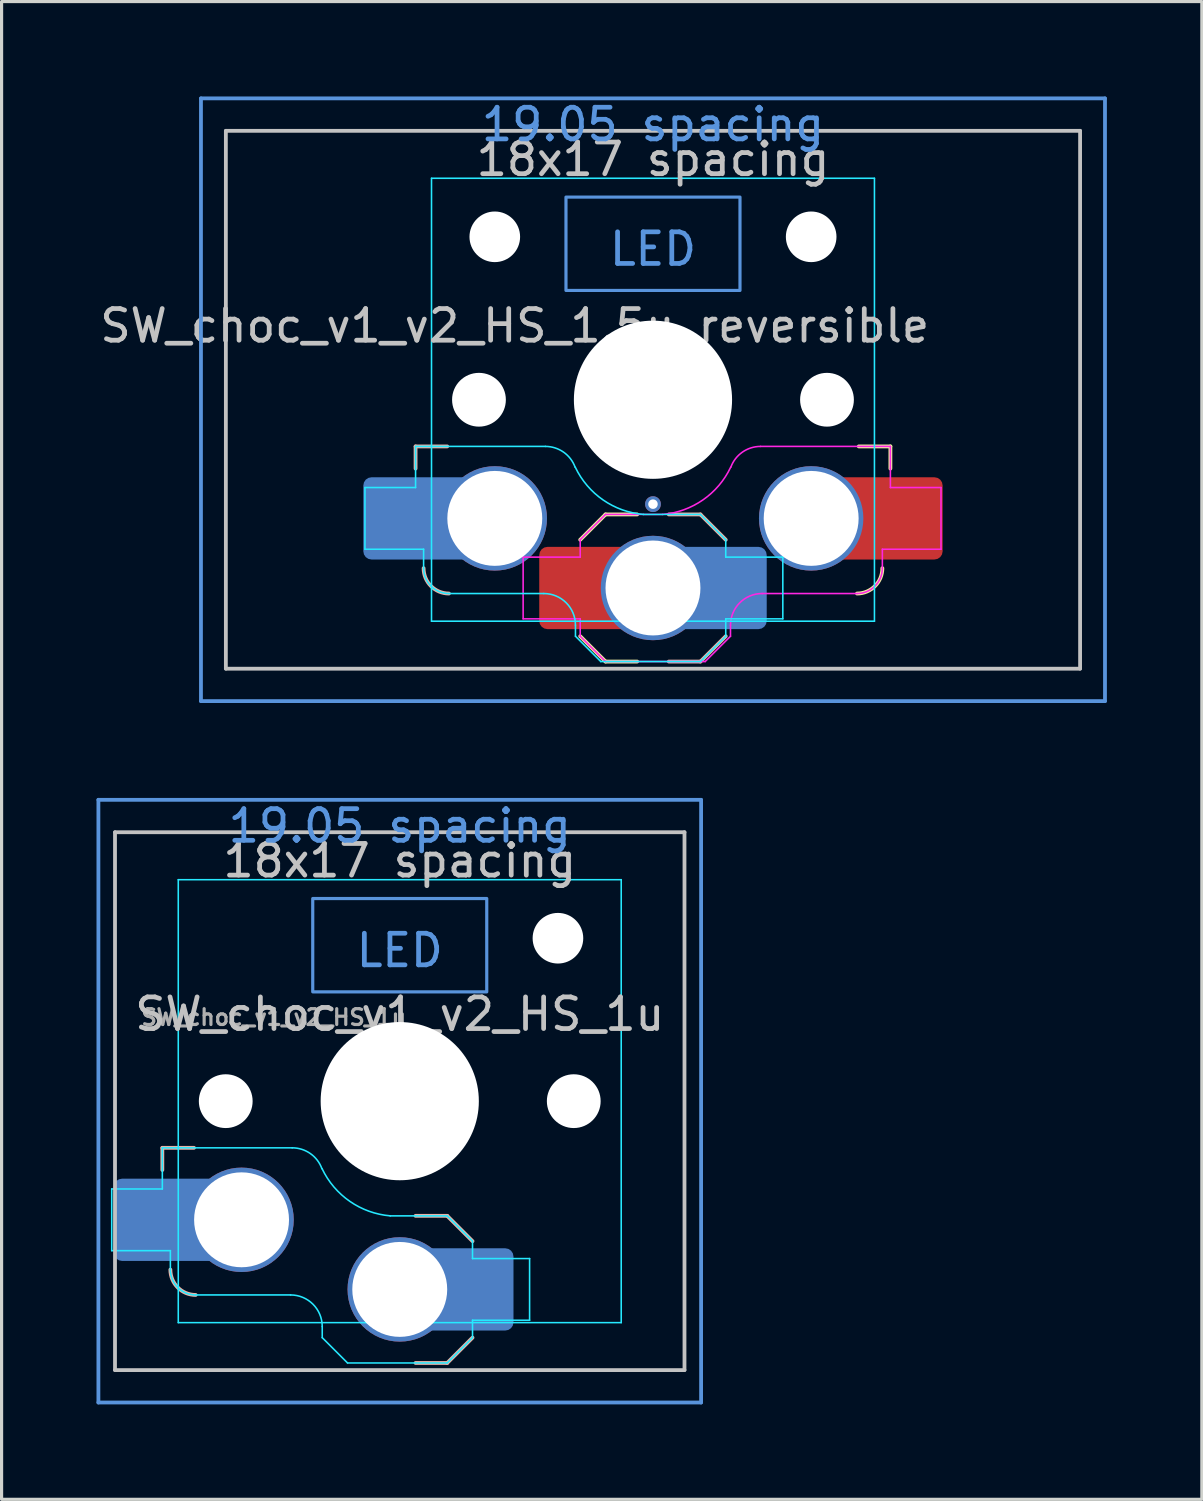
<source format=kicad_pcb>
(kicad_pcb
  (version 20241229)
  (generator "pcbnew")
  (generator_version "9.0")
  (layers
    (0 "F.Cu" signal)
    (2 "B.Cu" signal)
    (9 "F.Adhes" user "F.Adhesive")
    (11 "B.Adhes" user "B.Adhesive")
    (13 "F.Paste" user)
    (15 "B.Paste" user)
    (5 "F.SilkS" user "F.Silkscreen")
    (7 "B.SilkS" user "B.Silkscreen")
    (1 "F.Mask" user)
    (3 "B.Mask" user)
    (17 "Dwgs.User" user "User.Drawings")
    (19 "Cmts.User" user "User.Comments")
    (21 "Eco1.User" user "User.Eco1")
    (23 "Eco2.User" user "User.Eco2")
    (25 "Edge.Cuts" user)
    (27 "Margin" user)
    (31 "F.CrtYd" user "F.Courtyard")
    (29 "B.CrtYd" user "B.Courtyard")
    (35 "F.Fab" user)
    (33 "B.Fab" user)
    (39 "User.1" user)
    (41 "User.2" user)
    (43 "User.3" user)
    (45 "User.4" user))
  (footprint "SW_choc_v1_v2_HS_1.5u_reversible"
    (layer "F.Cu")
    (at 17.589 9.585)
    (property "Reference" "SW_choc_v1_v2_HS_1.5u_reversible" (at -4.369 -2.337 180) (layer "Dwgs.User") (effects (font (size 1 1) (thickness 0.15))))
    (attr smd)
    (fp_line (start -2.3 7.475) (end -1.5 8.275) (stroke (width 0.12) (type solid)) (layer "F.SilkS"))
    (fp_line (start -1.5 3.625) (end -2.3 4.425) (stroke (width 0.12) (type solid)) (layer "F.SilkS"))
    (fp_line (start -1.5 3.625) (end -0.5 3.625) (stroke (width 0.12) (type solid)) (layer "F.SilkS"))
    (fp_line (start -1.5 8.275) (end -0.5 8.275) (stroke (width 0.12) (type solid)) (layer "F.SilkS"))
    (fp_line (start 7.504 1.475) (end 6.504 1.475) (stroke (width 0.12) (type solid)) (layer "F.SilkS"))
    (fp_line (start 7.504 1.475) (end 7.504 2.175) (stroke (width 0.12) (type solid)) (layer "F.SilkS"))
    (fp_arc (start 7.25 5.325) (mid 7.015685 5.890685) (end 6.45 6.125) (stroke (width 0.12) (type solid)) (layer "F.SilkS"))
    (fp_line (start -7.504 1.475) (end -7.504 2.175) (stroke (width 0.12) (type solid)) (layer "B.SilkS"))
    (fp_line (start -7.504 1.475) (end -6.504 1.475) (stroke (width 0.12) (type solid)) (layer "B.SilkS"))
    (fp_line (start 1.5 3.625) (end 0.5 3.625) (stroke (width 0.12) (type solid)) (layer "B.SilkS"))
    (fp_line (start 1.5 3.625) (end 2.3 4.425) (stroke (width 0.12) (type solid)) (layer "B.SilkS"))
    (fp_line (start 1.5 8.275) (end 0.5 8.275) (stroke (width 0.12) (type solid)) (layer "B.SilkS"))
    (fp_line (start 2.3 7.475) (end 1.5 8.275) (stroke (width 0.12) (type solid)) (layer "B.SilkS"))
    (fp_arc (start -6.45 6.125) (mid -7.015685 5.890685) (end -7.25 5.325) (stroke (width 0.12) (type solid)) (layer "B.SilkS"))
    (fp_line (start -13.5 -8.5) (end 13.5 -8.5) (stroke (width 0.12) (type solid)) (layer "Dwgs.User"))
    (fp_line (start -13.5 8.5) (end -13.5 -8.5) (stroke (width 0.12) (type solid)) (layer "Dwgs.User"))
    (fp_line (start 13.5 -8.5) (end 13.5 8.5) (stroke (width 0.12) (type solid)) (layer "Dwgs.User"))
    (fp_line (start 13.5 8.5) (end -13.5 8.5) (stroke (width 0.12) (type solid)) (layer "Dwgs.User"))
    (fp_line (start -14.287 -9.525) (end -14.287 9.525) (stroke (width 0.12) (type solid)) (layer "Cmts.User"))
    (fp_line (start -14.287 9.525) (end 14.287 9.525) (stroke (width 0.12) (type solid)) (layer "Cmts.User"))
    (fp_line (start 14.287 -9.525) (end -14.287 -9.525) (stroke (width 0.12) (type solid)) (layer "Cmts.User"))
    (fp_line (start 14.287 9.525) (end 14.287 -9.525) (stroke (width 0.12) (type solid)) (layer "Cmts.User"))
    (fp_rect (start -2.75 -6.405) (end 2.75 -3.455) (stroke (width 0.1) (type default)) (fill no) (layer "Cmts.User"))
    (fp_line (start -6.95 6.45) (end -6.95 -6.45) (stroke (width 0.05) (type solid)) (layer "Eco2.User"))
    (fp_line (start -6.45 -6.95) (end 6.45 -6.95) (stroke (width 0.05) (type solid)) (layer "Eco2.User"))
    (fp_line (start 6.45 6.95) (end -6.45 6.95) (stroke (width 0.05) (type solid)) (layer "Eco2.User"))
    (fp_line (start 6.95 -6.45) (end 6.95 6.45) (stroke (width 0.05) (type solid)) (layer "Eco2.User"))
    (fp_arc (start -6.95 -6.45) (mid -6.803553 -6.803553) (end -6.45 -6.95) (stroke (width 0.05) (type solid)) (layer "Eco2.User"))
    (fp_arc (start -6.45 6.95) (mid -6.803553 6.803553) (end -6.95 6.45) (stroke (width 0.05) (type solid)) (layer "Eco2.User"))
    (fp_arc (start -6.45 6.95) (mid -6.803553 6.803553) (end -6.95 6.45) (stroke (width 0.05) (type solid)) (layer "Eco2.User"))
    (fp_arc (start -6.45 6.95) (mid -6.803553 6.803553) (end -6.95 6.45) (stroke (width 0.05) (type solid)) (layer "Eco2.User"))
    (fp_arc (start 6.45 -6.95) (mid 6.803553 -6.803553) (end 6.95 -6.45) (stroke (width 0.05) (type solid)) (layer "Eco2.User"))
    (fp_arc (start 6.95 6.45) (mid 6.803553 6.803553) (end 6.45 6.95) (stroke (width 0.05) (type solid)) (layer "Eco2.User"))
    (fp_arc (start 6.95 6.45) (mid 6.803553 6.803553) (end 6.45 6.95) (stroke (width 0.05) (type solid)) (layer "Eco2.User"))
    (fp_line (start -9.104 2.775) (end -7.504 2.775) (stroke (width 0.05) (type solid)) (layer "B.CrtYd"))
    (fp_line (start -9.104 4.725) (end -9.104 2.775) (stroke (width 0.05) (type solid)) (layer "B.CrtYd"))
    (fp_line (start -7.504 1.475) (end -7.504 2.175) (stroke (width 0.05) (type solid)) (layer "B.CrtYd"))
    (fp_line (start -7.504 1.475) (end -3.4 1.475) (stroke (width 0.05) (type solid)) (layer "B.CrtYd"))
    (fp_line (start -7.504 2.175) (end -7.504 2.775) (stroke (width 0.05) (type solid)) (layer "B.CrtYd"))
    (fp_line (start -7.25 4.725) (end -9.104 4.725) (stroke (width 0.05) (type solid)) (layer "B.CrtYd"))
    (fp_line (start -7.25 5.325) (end -7.25 4.725) (stroke (width 0.05) (type solid)) (layer "B.CrtYd"))
    (fp_line (start -7 -7) (end 7 -7) (stroke (width 0.05) (type solid)) (layer "B.CrtYd"))
    (fp_line (start -7 7) (end -7 -7) (stroke (width 0.05) (type solid)) (layer "B.CrtYd"))
    (fp_line (start -3.45 6.125) (end -6.45 6.125) (stroke (width 0.05) (type solid)) (layer "B.CrtYd"))
    (fp_line (start -2.45 7.475) (end -2.45 7.125) (stroke (width 0.05) (type solid)) (layer "B.CrtYd"))
    (fp_line (start -2.45 7.475) (end -1.65 8.275) (stroke (width 0.05) (type solid)) (layer "B.CrtYd"))
    (fp_line (start 1.5 3.625) (end -0.3 3.625) (stroke (width 0.05) (type solid)) (layer "B.CrtYd"))
    (fp_line (start 1.5 3.625) (end 2.3 4.425) (stroke (width 0.05) (type solid)) (layer "B.CrtYd"))
    (fp_line (start 1.5 8.275) (end -1.65 8.275) (stroke (width 0.05) (type solid)) (layer "B.CrtYd"))
    (fp_line (start 2.3 4.975) (end 2.3 4.425) (stroke (width 0.05) (type solid)) (layer "B.CrtYd"))
    (fp_line (start 2.3 7.475) (end 1.5 8.275) (stroke (width 0.05) (type solid)) (layer "B.CrtYd"))
    (fp_line (start 2.3 7.475) (end 2.3 6.925) (stroke (width 0.05) (type solid)) (layer "B.CrtYd"))
    (fp_line (start 4.104 4.975) (end 2.3 4.975) (stroke (width 0.05) (type solid)) (layer "B.CrtYd"))
    (fp_line (start 4.104 4.975) (end 4.104 6.925) (stroke (width 0.05) (type solid)) (layer "B.CrtYd"))
    (fp_line (start 4.104 6.925) (end 2.3 6.925) (stroke (width 0.05) (type solid)) (layer "B.CrtYd"))
    (fp_line (start 7 -7) (end 7 7) (stroke (width 0.05) (type solid)) (layer "B.CrtYd"))
    (fp_line (start 7 7) (end -7 7) (stroke (width 0.05) (type solid)) (layer "B.CrtYd"))
    (fp_arc (start -6.45 6.125) (mid -7.015685 5.890685) (end -7.25 5.325) (stroke (width 0.05) (type solid)) (layer "B.CrtYd"))
    (fp_arc (start -3.45 6.125) (mid -2.742893 6.417893) (end -2.45 7.125) (stroke (width 0.05) (type solid)) (layer "B.CrtYd"))
    (fp_arc (start -3.4 1.475) (mid -2.826423 1.655848) (end -2.460307 2.13298) (stroke (width 0.05) (type solid)) (layer "B.CrtYd"))
    (fp_arc (start -0.299999 3.624999) (mid -1.577272 3.167235) (end -2.455444 2.13293) (stroke (width 0.05) (type solid)) (layer "B.CrtYd"))
    (fp_line (start -4.104 4.975) (end -4.104 6.925) (stroke (width 0.05) (type solid)) (layer "F.CrtYd"))
    (fp_line (start -4.104 4.975) (end -2.3 4.975) (stroke (width 0.05) (type solid)) (layer "F.CrtYd"))
    (fp_line (start -4.104 6.925) (end -2.3 6.925) (stroke (width 0.05) (type solid)) (layer "F.CrtYd"))
    (fp_line (start -2.3 4.975) (end -2.3 4.425) (stroke (width 0.05) (type solid)) (layer "F.CrtYd"))
    (fp_line (start -2.3 7.475) (end -2.3 6.925) (stroke (width 0.05) (type solid)) (layer "F.CrtYd"))
    (fp_line (start -2.3 7.475) (end -1.5 8.275) (stroke (width 0.05) (type solid)) (layer "F.CrtYd"))
    (fp_line (start -1.5 3.625) (end -2.3 4.425) (stroke (width 0.05) (type solid)) (layer "F.CrtYd"))
    (fp_line (start -1.5 3.625) (end 0.3 3.625) (stroke (width 0.05) (type solid)) (layer "F.CrtYd"))
    (fp_line (start -1.5 8.275) (end 1.65 8.275) (stroke (width 0.05) (type solid)) (layer "F.CrtYd"))
    (fp_line (start 2.45 7.475) (end 1.65 8.275) (stroke (width 0.05) (type solid)) (layer "F.CrtYd"))
    (fp_line (start 2.45 7.475) (end 2.45 7.125) (stroke (width 0.05) (type solid)) (layer "F.CrtYd"))
    (fp_line (start 3.45 6.125) (end 6.45 6.125) (stroke (width 0.05) (type solid)) (layer "F.CrtYd"))
    (fp_line (start 7.25 4.725) (end 9.104 4.725) (stroke (width 0.05) (type solid)) (layer "F.CrtYd"))
    (fp_line (start 7.25 5.325) (end 7.25 4.725) (stroke (width 0.05) (type solid)) (layer "F.CrtYd"))
    (fp_line (start 7.504 1.475) (end 3.4 1.475) (stroke (width 0.05) (type solid)) (layer "F.CrtYd"))
    (fp_line (start 7.504 1.475) (end 7.504 2.175) (stroke (width 0.05) (type solid)) (layer "F.CrtYd"))
    (fp_line (start 7.504 2.175) (end 7.504 2.775) (stroke (width 0.05) (type solid)) (layer "F.CrtYd"))
    (fp_line (start 9.104 2.775) (end 7.504 2.775) (stroke (width 0.05) (type solid)) (layer "F.CrtYd"))
    (fp_line (start 9.104 4.725) (end 9.104 2.775) (stroke (width 0.05) (type solid)) (layer "F.CrtYd"))
    (fp_arc (start 2.45 7.125) (mid 2.742893 6.417893) (end 3.45 6.125) (stroke (width 0.05) (type solid)) (layer "F.CrtYd"))
    (fp_arc (start 2.455444 2.13293) (mid 1.577272 3.167235) (end 0.299999 3.624999) (stroke (width 0.05) (type solid)) (layer "F.CrtYd"))
    (fp_arc (start 2.460307 2.13298) (mid 2.826423 1.655848) (end 3.4 1.475) (stroke (width 0.05) (type solid)) (layer "F.CrtYd"))
    (fp_arc (start 7.25 5.325) (mid 7.015685 5.890685) (end 6.45 6.125) (stroke (width 0.05) (type solid)) (layer "F.CrtYd"))
    (fp_text user "18x17 spacing" (at 0 -7.6 0) (layer "Dwgs.User") (effects (font (size 1 1) (thickness 0.15))))
    (fp_text user "19.05 spacing" (at 0 -8.7 0) (layer "Cmts.User") (effects (font (size 1 1) (thickness 0.15))))
    (fp_text user "LED" (at 0 -4.763 0) (unlocked yes) (layer "Cmts.User") (effects (font (size 1 1) (thickness 0.15))))
    (pad "" np_thru_hole circle (at -5.5 0 180) (size 1.7 1.7) (drill 1.7) (layers "*.Cu" "*.Mask"))
    (pad "" np_thru_hole circle (at -5 -5.15 180) (size 1.6 1.6) (drill 1.6) (layers "*.Cu" "*.Mask"))
    (pad "" np_thru_hole circle (at 0 0 180) (size 5 5) (drill 5) (layers "*.Cu" "*.Mask"))
    (pad "" np_thru_hole circle (at 5 -5.15 180) (size 1.6 1.6) (drill 1.6) (layers "*.Cu" "*.Mask"))
    (pad "" np_thru_hole circle (at 5.5 0 180) (size 1.7 1.7) (drill 1.7) (layers "*.Cu" "*.Mask"))
    (pad "1" smd roundrect (at -7.23 3.75) (size 3.85 2.6) (layers "B.Cu" "B.Mask" "B.Paste") (roundrect_rratio 0.1))
    (pad "1" thru_hole circle (at -5 3.75) (size 3.3 3.3) (drill 3) (layers "*.Cu" "B.Mask"))
    (pad "1" thru_hole circle (at 0 3.3) (size 0.5 0.5) (drill 0.3) (layers "*.Cu" "*.Mask"))
    (pad "1" thru_hole circle (at 5 3.75) (size 3.3 3.3) (drill 3) (layers "*.Cu" "F.Mask"))
    (pad "1" smd roundrect (at 7.23 3.75) (size 3.85 2.6) (layers "F.Cu" "F.Mask" "F.Paste") (roundrect_rratio 0.1))
    (pad "2" smd roundrect (at -2.045 5.95) (size 3.1 2.6) (layers "F.Cu" "F.Mask" "F.Paste") (roundrect_rratio 0.1))
    (pad "2" thru_hole circle (at 0 5.95) (size 3.3 3.3) (drill 3) (layers "*.Cu" "F.Mask"))
    (pad "2" smd roundrect (at 2.045 5.95) (size 3.1 2.6) (layers "B.Cu" "B.Mask" "B.Paste") (roundrect_rratio 0.1)))
  (footprint "SW_choc_v1_v2_HS_1u"
    (layer "F.Cu")
    (at 9.585 31.755)
    (property "Reference" "SW_choc_v1_v2_HS_1u" (at 0 -2.75 180) (layer "Dwgs.User") (effects (font (size 1 1) (thickness 0.15))))
    (attr smd)
    (fp_line (start -7.504 1.475) (end -7.504 2.175) (stroke (width 0.12) (type solid)) (layer "B.SilkS"))
    (fp_line (start -7.504 1.475) (end -6.504 1.475) (stroke (width 0.12) (type solid)) (layer "B.SilkS"))
    (fp_line (start 1.5 3.625) (end 0.5 3.625) (stroke (width 0.12) (type solid)) (layer "B.SilkS"))
    (fp_line (start 1.5 3.625) (end 2.3 4.425) (stroke (width 0.12) (type solid)) (layer "B.SilkS"))
    (fp_line (start 1.5 8.275) (end 0.5 8.275) (stroke (width 0.12) (type solid)) (layer "B.SilkS"))
    (fp_line (start 2.3 7.475) (end 1.5 8.275) (stroke (width 0.12) (type solid)) (layer "B.SilkS"))
    (fp_arc (start -6.45 6.125) (mid -7.015685 5.890685) (end -7.25 5.325) (stroke (width 0.12) (type solid)) (layer "B.SilkS"))
    (fp_line (start -9 -8.5) (end 9 -8.5) (stroke (width 0.12) (type solid)) (layer "Dwgs.User"))
    (fp_line (start -9 8.5) (end -9 -8.5) (stroke (width 0.12) (type solid)) (layer "Dwgs.User"))
    (fp_line (start 9 -8.5) (end 9 8.5) (stroke (width 0.12) (type solid)) (layer "Dwgs.User"))
    (fp_line (start 9 8.5) (end -9 8.5) (stroke (width 0.12) (type solid)) (layer "Dwgs.User"))
    (fp_line (start -9.525 -9.525) (end -9.525 9.525) (stroke (width 0.12) (type solid)) (layer "Cmts.User"))
    (fp_line (start -9.525 9.525) (end 9.525 9.525) (stroke (width 0.12) (type solid)) (layer "Cmts.User"))
    (fp_line (start 9.525 -9.525) (end -9.525 -9.525) (stroke (width 0.12) (type solid)) (layer "Cmts.User"))
    (fp_line (start 9.525 9.525) (end 9.525 -9.525) (stroke (width 0.12) (type solid)) (layer "Cmts.User"))
    (fp_rect (start -2.75 -6.405) (end 2.75 -3.455) (stroke (width 0.1) (type default)) (fill no) (layer "Cmts.User"))
    (fp_line (start -6.95 6.45) (end -6.95 -6.45) (stroke (width 0.05) (type solid)) (layer "Eco2.User"))
    (fp_line (start -6.45 -6.95) (end 6.45 -6.95) (stroke (width 0.05) (type solid)) (layer "Eco2.User"))
    (fp_line (start 6.45 6.95) (end -6.45 6.95) (stroke (width 0.05) (type solid)) (layer "Eco2.User"))
    (fp_line (start 6.95 -6.45) (end 6.95 6.45) (stroke (width 0.05) (type solid)) (layer "Eco2.User"))
    (fp_arc (start -6.95 -6.45) (mid -6.803553 -6.803553) (end -6.45 -6.95) (stroke (width 0.05) (type solid)) (layer "Eco2.User"))
    (fp_arc (start -6.45 6.95) (mid -6.803553 6.803553) (end -6.95 6.45) (stroke (width 0.05) (type solid)) (layer "Eco2.User"))
    (fp_arc (start 6.45 -6.95) (mid 6.803553 -6.803553) (end 6.95 -6.45) (stroke (width 0.05) (type solid)) (layer "Eco2.User"))
    (fp_arc (start 6.95 6.45) (mid 6.803553 6.803553) (end 6.45 6.95) (stroke (width 0.05) (type solid)) (layer "Eco2.User"))
    (fp_line (start -9.104 2.775) (end -7.504 2.775) (stroke (width 0.05) (type solid)) (layer "B.CrtYd"))
    (fp_line (start -9.104 4.725) (end -9.104 2.775) (stroke (width 0.05) (type solid)) (layer "B.CrtYd"))
    (fp_line (start -7.504 1.475) (end -7.504 2.175) (stroke (width 0.05) (type solid)) (layer "B.CrtYd"))
    (fp_line (start -7.504 1.475) (end -3.4 1.475) (stroke (width 0.05) (type solid)) (layer "B.CrtYd"))
    (fp_line (start -7.504 2.175) (end -7.504 2.775) (stroke (width 0.05) (type solid)) (layer "B.CrtYd"))
    (fp_line (start -7.25 4.725) (end -9.104 4.725) (stroke (width 0.05) (type solid)) (layer "B.CrtYd"))
    (fp_line (start -7.25 5.325) (end -7.25 4.725) (stroke (width 0.05) (type solid)) (layer "B.CrtYd"))
    (fp_line (start -7 -7) (end 7 -7) (stroke (width 0.05) (type solid)) (layer "B.CrtYd"))
    (fp_line (start -7 7) (end -7 -7) (stroke (width 0.05) (type solid)) (layer "B.CrtYd"))
    (fp_line (start -3.45 6.125) (end -6.45 6.125) (stroke (width 0.05) (type solid)) (layer "B.CrtYd"))
    (fp_line (start -2.45 7.475) (end -2.45 7.125) (stroke (width 0.05) (type solid)) (layer "B.CrtYd"))
    (fp_line (start -2.45 7.475) (end -1.65 8.275) (stroke (width 0.05) (type solid)) (layer "B.CrtYd"))
    (fp_line (start 1.5 3.625) (end -0.3 3.625) (stroke (width 0.05) (type solid)) (layer "B.CrtYd"))
    (fp_line (start 1.5 3.625) (end 2.3 4.425) (stroke (width 0.05) (type solid)) (layer "B.CrtYd"))
    (fp_line (start 1.5 8.275) (end -1.65 8.275) (stroke (width 0.05) (type solid)) (layer "B.CrtYd"))
    (fp_line (start 2.3 4.975) (end 2.3 4.425) (stroke (width 0.05) (type solid)) (layer "B.CrtYd"))
    (fp_line (start 2.3 7.475) (end 1.5 8.275) (stroke (width 0.05) (type solid)) (layer "B.CrtYd"))
    (fp_line (start 2.3 7.475) (end 2.3 6.925) (stroke (width 0.05) (type solid)) (layer "B.CrtYd"))
    (fp_line (start 4.104 4.975) (end 2.3 4.975) (stroke (width 0.05) (type solid)) (layer "B.CrtYd"))
    (fp_line (start 4.104 4.975) (end 4.104 6.925) (stroke (width 0.05) (type solid)) (layer "B.CrtYd"))
    (fp_line (start 4.104 6.925) (end 2.3 6.925) (stroke (width 0.05) (type solid)) (layer "B.CrtYd"))
    (fp_line (start 7 -7) (end 7 7) (stroke (width 0.05) (type solid)) (layer "B.CrtYd"))
    (fp_line (start 7 7) (end -7 7) (stroke (width 0.05) (type solid)) (layer "B.CrtYd"))
    (fp_arc (start -6.45 6.125) (mid -7.015685 5.890685) (end -7.25 5.325) (stroke (width 0.05) (type solid)) (layer "B.CrtYd"))
    (fp_arc (start -3.45 6.125) (mid -2.742893 6.417893) (end -2.45 7.125) (stroke (width 0.05) (type solid)) (layer "B.CrtYd"))
    (fp_arc (start -3.4 1.475) (mid -2.826423 1.655848) (end -2.460307 2.13298) (stroke (width 0.05) (type solid)) (layer "B.CrtYd"))
    (fp_arc (start -0.299999 3.624999) (mid -1.577272 3.167235) (end -2.455444 2.13293) (stroke (width 0.05) (type solid)) (layer "B.CrtYd"))
    (fp_text user "18x17 spacing" (at 0 -7.6 180) (layer "Dwgs.User") (effects (font (size 1 1) (thickness 0.15))))
    (fp_text user "LED" (at 0 -4.763 0) (unlocked yes) (layer "Cmts.User") (effects (font (size 1 1) (thickness 0.15))))
    (fp_text user "19.05 spacing" (at 0 -8.7 180) (layer "Cmts.User") (effects (font (size 1 1) (thickness 0.15))))
    (fp_text user "${REFERENCE}" (at -3.98 -2.65 0) (layer "F.Fab") (effects (font (size 0.5 0.5) (thickness 0.1))))
    (pad "" np_thru_hole circle (at -5.5 0 180) (size 1.7 1.7) (drill 1.7) (layers "*.Cu" "*.Mask"))
    (pad "" np_thru_hole circle (at 0 0 180) (size 5 5) (drill 5) (layers "*.Cu" "*.Mask"))
    (pad "" np_thru_hole circle (at 5 -5.15 180) (size 1.6 1.6) (drill 1.6) (layers "*.Cu" "*.Mask"))
    (pad "" np_thru_hole circle (at 5.5 0 180) (size 1.7 1.7) (drill 1.7) (layers "*.Cu" "*.Mask"))
    (pad "1" smd roundrect (at -7.112 3.75) (size 3.85 2.6) (layers "B.Cu" "B.Mask" "B.Paste") (roundrect_rratio 0.1))
    (pad "1" thru_hole circle (at -5 3.75) (size 3.3 3.3) (drill 3) (layers "*.Cu" "B.Mask"))
    (pad "2" thru_hole circle (at 0 5.95) (size 3.3 3.3) (drill 3) (layers "*.Cu" "B.Mask"))
    (pad "2" smd roundrect (at 2.045 5.95) (size 3.1 2.6) (layers "B.Cu" "B.Mask" "B.Paste") (roundrect_rratio 0.1)))
  (gr_rect
    (start -3 -3)
    (end 34.937 44.34)
    (stroke (width 0.1) (type default))
    (fill no)
    (layer "Edge.Cuts")))
</source>
